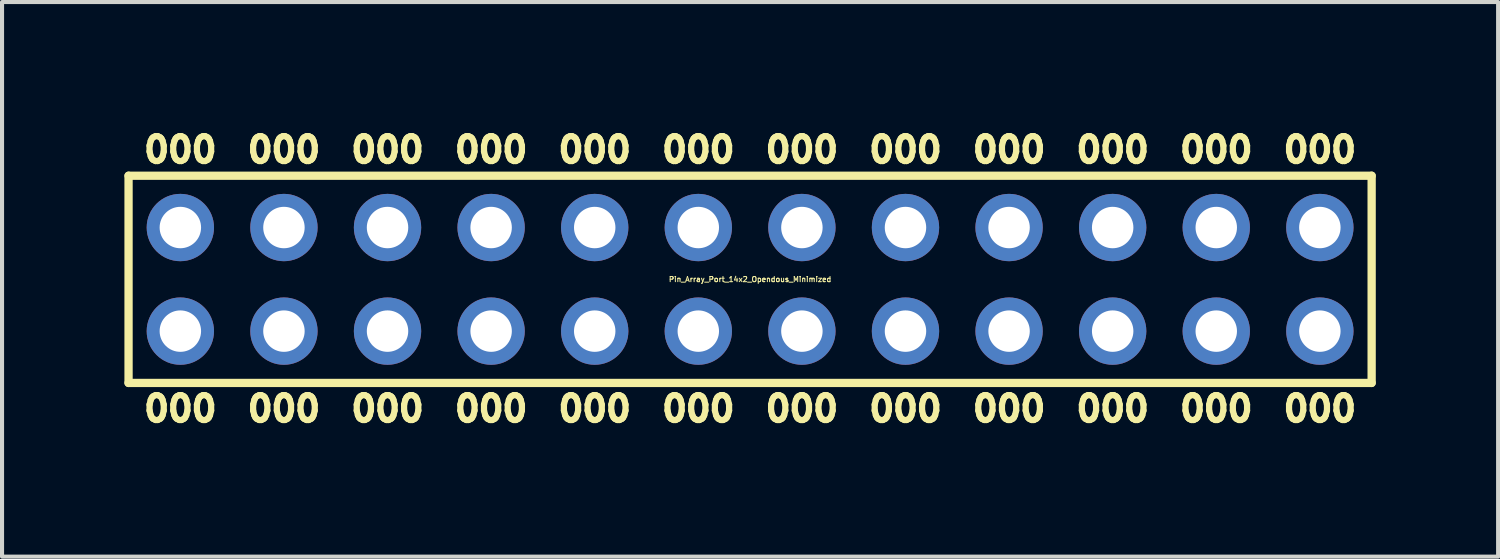
<source format=kicad_pcb>
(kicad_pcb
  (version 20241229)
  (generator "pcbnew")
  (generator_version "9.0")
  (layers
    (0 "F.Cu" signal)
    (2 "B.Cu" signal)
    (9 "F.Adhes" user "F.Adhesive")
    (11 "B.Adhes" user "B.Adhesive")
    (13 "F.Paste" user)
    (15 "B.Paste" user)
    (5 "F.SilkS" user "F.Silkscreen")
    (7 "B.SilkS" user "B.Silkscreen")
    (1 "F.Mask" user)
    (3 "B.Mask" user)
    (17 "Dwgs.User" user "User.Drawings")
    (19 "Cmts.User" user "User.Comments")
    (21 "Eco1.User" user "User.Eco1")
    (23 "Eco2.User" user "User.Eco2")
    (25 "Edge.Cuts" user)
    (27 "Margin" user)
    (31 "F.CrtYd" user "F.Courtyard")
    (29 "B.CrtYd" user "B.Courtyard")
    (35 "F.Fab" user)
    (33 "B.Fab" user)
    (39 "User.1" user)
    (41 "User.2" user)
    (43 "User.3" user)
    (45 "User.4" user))
  (footprint "Pin_Array_Port_14x2_Opendous_Minimized"
    (layer "F.Cu")
    (at 15.342 3.799)
    (property "Reference" "Pin_Array_Port_14x2_Opendous_Minimized" (at 0 0 0) (layer "F.SilkS") (effects (font (size 0.127 0.127) (thickness 0.025))))
    (attr through_hole)
    (fp_line (start -15.24 -2.54) (end -15.24 2.54) (stroke (width 0.203) (type solid)) (layer "F.SilkS"))
    (fp_line (start -15.24 -2.54) (end 15.24 -2.54) (stroke (width 0.203) (type solid)) (layer "F.SilkS"))
    (fp_line (start 15.24 -2.54) (end 15.24 2.54) (stroke (width 0.203) (type solid)) (layer "F.SilkS"))
    (fp_line (start 15.24 2.54) (end -15.24 2.54) (stroke (width 0.203) (type solid)) (layer "F.SilkS"))
    (fp_text user "000" (at -11.43 3.175 0) (layer "F.SilkS") (effects (font (size 0.61 0.61) (thickness 0.152))))
    (fp_text user "000" (at -11.43 -3.175 0) (layer "F.SilkS") (effects (font (size 0.61 0.61) (thickness 0.152))))
    (fp_text user "000" (at 3.81 3.175 0) (layer "F.SilkS") (effects (font (size 0.61 0.61) (thickness 0.152))))
    (fp_text user "000" (at 11.43 -3.175 0) (layer "F.SilkS") (effects (font (size 0.61 0.61) (thickness 0.152))))
    (fp_text user "000" (at 8.89 -3.175 0) (layer "F.SilkS") (effects (font (size 0.61 0.61) (thickness 0.152))))
    (fp_text user "000" (at -3.81 -3.175 0) (layer "F.SilkS") (effects (font (size 0.61 0.61) (thickness 0.152))))
    (fp_text user "000" (at 6.35 3.175 0) (layer "F.SilkS") (effects (font (size 0.61 0.61) (thickness 0.152))))
    (fp_text user "000" (at -1.27 3.175 0) (layer "F.SilkS") (effects (font (size 0.61 0.61) (thickness 0.152))))
    (fp_text user "000" (at 13.97 -3.175 0) (layer "F.SilkS") (effects (font (size 0.61 0.61) (thickness 0.152))))
    (fp_text user "000" (at -3.81 3.175 0) (layer "F.SilkS") (effects (font (size 0.61 0.61) (thickness 0.152))))
    (fp_text user "000" (at -8.89 -3.175 0) (layer "F.SilkS") (effects (font (size 0.61 0.61) (thickness 0.152))))
    (fp_text user "000" (at 13.97 3.175 0) (layer "F.SilkS") (effects (font (size 0.61 0.61) (thickness 0.152))))
    (fp_text user "000" (at 8.89 3.175 0) (layer "F.SilkS") (effects (font (size 0.61 0.61) (thickness 0.152))))
    (fp_text user "000" (at -8.89 3.175 0) (layer "F.SilkS") (effects (font (size 0.61 0.61) (thickness 0.152))))
    (fp_text user "000" (at 11.43 3.175 0) (layer "F.SilkS") (effects (font (size 0.61 0.61) (thickness 0.152))))
    (fp_text user "000" (at 6.35 -3.175 0) (layer "F.SilkS") (effects (font (size 0.61 0.61) (thickness 0.152))))
    (fp_text user "000" (at -1.27 -3.175 0) (layer "F.SilkS") (effects (font (size 0.61 0.61) (thickness 0.152))))
    (fp_text user "000" (at -13.97 3.175 0) (layer "F.SilkS") (effects (font (size 0.61 0.61) (thickness 0.152))))
    (fp_text user "000" (at -6.35 3.175 0) (layer "F.SilkS") (effects (font (size 0.61 0.61) (thickness 0.152))))
    (fp_text user "000" (at -6.35 -3.175 0) (layer "F.SilkS") (effects (font (size 0.61 0.61) (thickness 0.152))))
    (fp_text user "000" (at 3.81 -3.175 0) (layer "F.SilkS") (effects (font (size 0.61 0.61) (thickness 0.152))))
    (fp_text user "000" (at -13.97 -3.175 0) (layer "F.SilkS") (effects (font (size 0.61 0.61) (thickness 0.152))))
    (fp_text user "000" (at 1.27 -3.175 0) (layer "F.SilkS") (effects (font (size 0.61 0.61) (thickness 0.152))))
    (fp_text user "000" (at 1.27 3.175 0) (layer "F.SilkS") (effects (font (size 0.61 0.61) (thickness 0.152))))
    (pad "1" thru_hole circle (at -13.97 1.27) (size 1.651 1.651) (drill 1.016) (layers "*.Cu" "*.Mask"))
    (pad "2" thru_hole circle (at -13.97 -1.27) (size 1.651 1.651) (drill 1.016) (layers "*.Cu" "*.Mask"))
    (pad "3" thru_hole circle (at -11.43 1.27) (size 1.651 1.651) (drill 1.016) (layers "*.Cu" "*.Mask"))
    (pad "4" thru_hole circle (at -11.43 -1.27) (size 1.651 1.651) (drill 1.016) (layers "*.Cu" "*.Mask"))
    (pad "5" thru_hole circle (at -8.89 1.27) (size 1.651 1.651) (drill 1.016) (layers "*.Cu" "*.Mask"))
    (pad "6" thru_hole circle (at -8.89 -1.27) (size 1.651 1.651) (drill 1.016) (layers "*.Cu" "*.Mask"))
    (pad "7" thru_hole circle (at -6.35 1.27) (size 1.651 1.651) (drill 1.016) (layers "*.Cu" "*.Mask"))
    (pad "8" thru_hole circle (at -6.35 -1.27) (size 1.651 1.651) (drill 1.016) (layers "*.Cu" "*.Mask"))
    (pad "9" thru_hole circle (at -3.81 1.27) (size 1.651 1.651) (drill 1.016) (layers "*.Cu" "*.Mask"))
    (pad "10" thru_hole circle (at -3.81 -1.27) (size 1.651 1.651) (drill 1.016) (layers "*.Cu" "*.Mask"))
    (pad "11" thru_hole circle (at -1.27 1.27) (size 1.651 1.651) (drill 1.016) (layers "*.Cu" "*.Mask"))
    (pad "12" thru_hole circle (at -1.27 -1.27) (size 1.651 1.651) (drill 1.016) (layers "*.Cu" "*.Mask"))
    (pad "13" thru_hole circle (at 1.27 1.27) (size 1.651 1.651) (drill 1.016) (layers "*.Cu" "*.Mask"))
    (pad "14" thru_hole circle (at 1.27 -1.27) (size 1.651 1.651) (drill 1.016) (layers "*.Cu" "*.Mask"))
    (pad "15" thru_hole circle (at 3.81 1.27) (size 1.651 1.651) (drill 1.016) (layers "*.Cu" "*.Mask"))
    (pad "16" thru_hole circle (at 3.81 -1.27) (size 1.651 1.651) (drill 1.016) (layers "*.Cu" "*.Mask"))
    (pad "17" thru_hole circle (at 6.35 1.27) (size 1.651 1.651) (drill 1.016) (layers "*.Cu" "*.Mask"))
    (pad "18" thru_hole circle (at 6.35 -1.27) (size 1.651 1.651) (drill 1.016) (layers "*.Cu" "*.Mask"))
    (pad "19" thru_hole circle (at 8.89 1.27) (size 1.651 1.651) (drill 1.016) (layers "*.Cu" "*.Mask"))
    (pad "20" thru_hole circle (at 8.89 -1.27) (size 1.651 1.651) (drill 1.016) (layers "*.Cu" "*.Mask"))
    (pad "21" thru_hole circle (at 11.43 1.27) (size 1.651 1.651) (drill 1.016) (layers "*.Cu" "*.Mask"))
    (pad "22" thru_hole circle (at 11.43 -1.27) (size 1.651 1.651) (drill 1.016) (layers "*.Cu" "*.Mask"))
    (pad "23" thru_hole circle (at 13.97 1.27) (size 1.651 1.651) (drill 1.016) (layers "*.Cu" "*.Mask"))
    (pad "24" thru_hole circle (at 13.97 -1.27) (size 1.651 1.651) (drill 1.016) (layers "*.Cu" "*.Mask")))
  (gr_rect
    (start -3 -3)
    (end 33.683 10.598)
    (stroke (width 0.1) (type default))
    (fill no)
    (layer "Edge.Cuts")))
</source>
